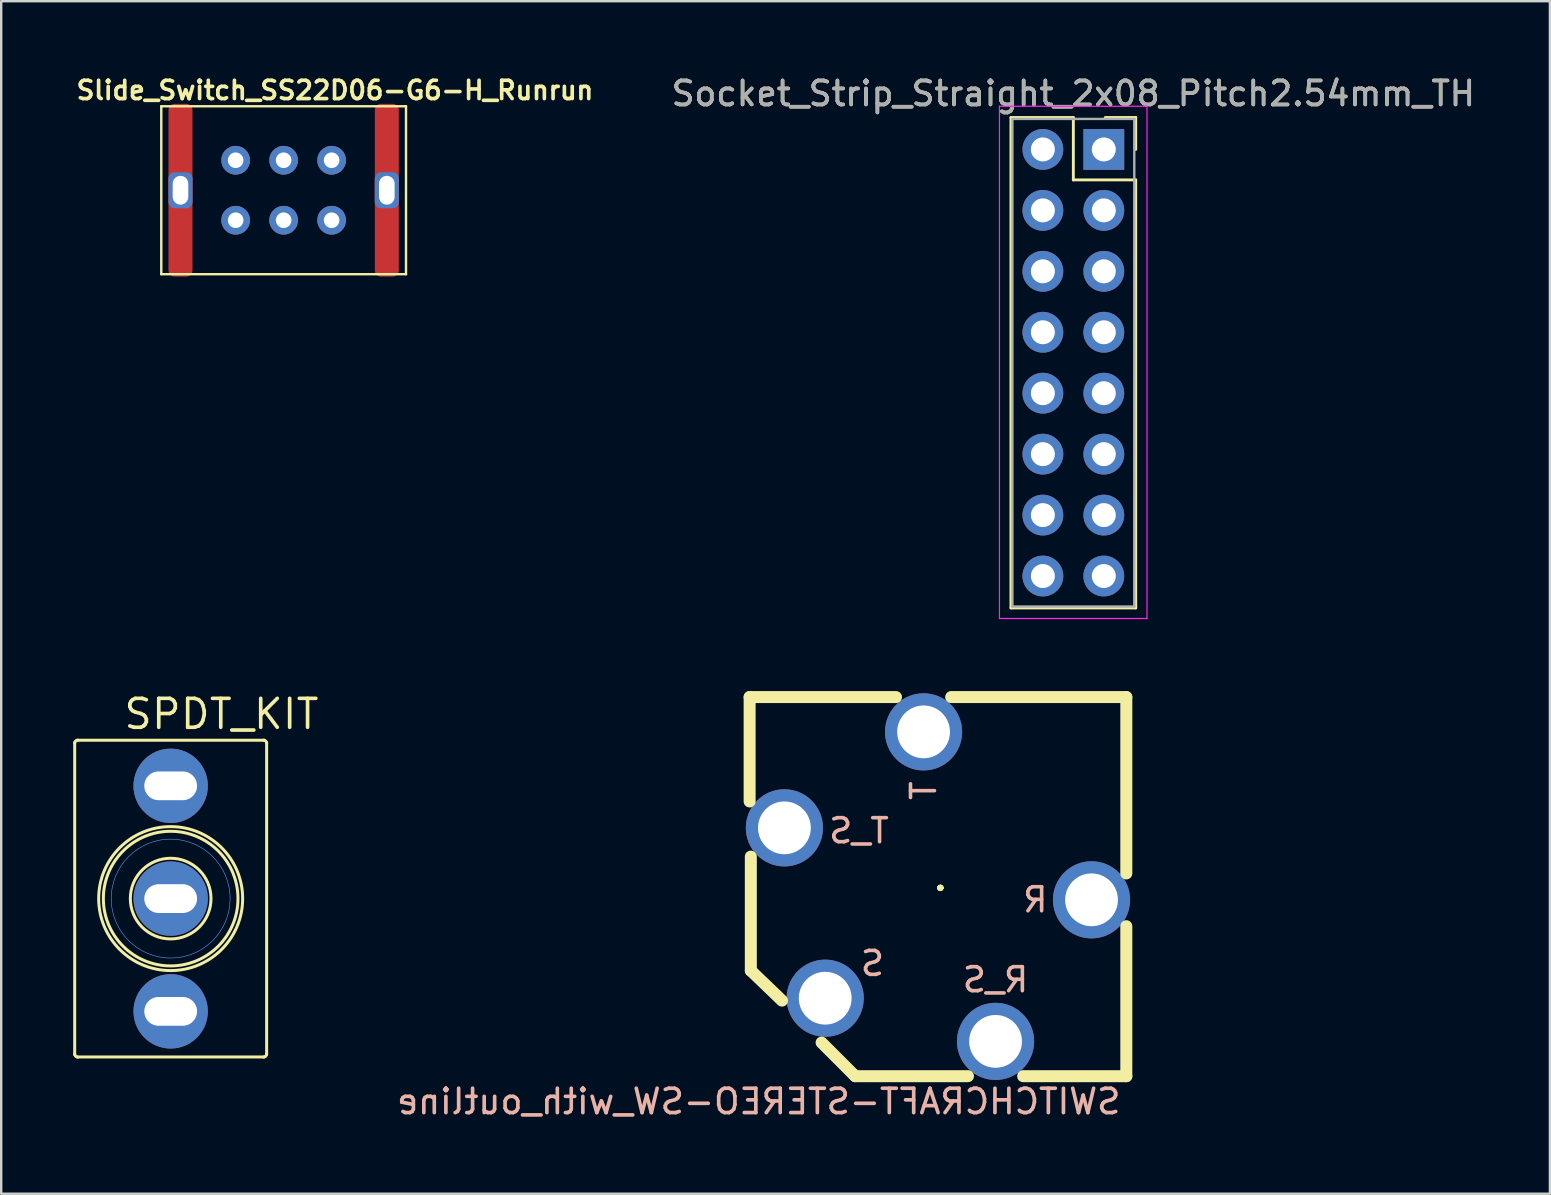
<source format=kicad_pcb>
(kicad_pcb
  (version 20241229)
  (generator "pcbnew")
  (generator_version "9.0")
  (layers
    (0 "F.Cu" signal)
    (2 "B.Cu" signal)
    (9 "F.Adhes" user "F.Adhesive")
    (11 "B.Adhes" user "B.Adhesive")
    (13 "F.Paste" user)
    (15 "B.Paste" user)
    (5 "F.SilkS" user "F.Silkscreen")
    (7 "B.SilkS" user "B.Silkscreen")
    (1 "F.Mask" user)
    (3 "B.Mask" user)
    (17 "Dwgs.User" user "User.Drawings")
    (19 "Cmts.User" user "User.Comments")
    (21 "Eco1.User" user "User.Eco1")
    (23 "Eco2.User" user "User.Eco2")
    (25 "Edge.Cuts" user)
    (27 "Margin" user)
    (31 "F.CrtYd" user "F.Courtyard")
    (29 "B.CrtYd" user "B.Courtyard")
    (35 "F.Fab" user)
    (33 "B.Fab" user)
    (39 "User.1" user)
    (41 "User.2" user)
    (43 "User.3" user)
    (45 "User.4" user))
  (footprint "Socket_Strip_Straight_2x08_Pitch2.54mm_TH"
    (layer "F.Cu")
    (at 41.655 12.068)
    (property "Reference" "Socket_Strip_Straight_2x08_Pitch2.54mm_TH" (at 0.03 -11.22 0) (layer "F.SilkS") (effects (font (size 1 1) (thickness 0.15))))
    (attr through_hole)
    (fp_line (start -2.57 -10.22) (end 0.03 -10.22) (stroke (width 0.12) (type solid)) (layer "F.SilkS"))
    (fp_line (start -2.57 10.22) (end -2.57 -10.22) (stroke (width 0.12) (type solid)) (layer "F.SilkS"))
    (fp_line (start 0.03 -10.22) (end 0.03 -7.62) (stroke (width 0.12) (type solid)) (layer "F.SilkS"))
    (fp_line (start 0.03 -7.62) (end 2.63 -7.62) (stroke (width 0.12) (type solid)) (layer "F.SilkS"))
    (fp_line (start 2.63 -10.22) (end 1.36 -10.22) (stroke (width 0.12) (type solid)) (layer "F.SilkS"))
    (fp_line (start 2.63 -8.89) (end 2.63 -10.22) (stroke (width 0.12) (type solid)) (layer "F.SilkS"))
    (fp_line (start 2.63 -7.62) (end 2.63 10.22) (stroke (width 0.12) (type solid)) (layer "F.SilkS"))
    (fp_line (start 2.63 10.22) (end -2.57 10.22) (stroke (width 0.12) (type solid)) (layer "F.SilkS"))
    (fp_line (start -3.05 -10.69) (end -3.05 10.66) (stroke (width 0.05) (type solid)) (layer "F.CrtYd"))
    (fp_line (start -3.05 10.66) (end 3.1 10.66) (stroke (width 0.05) (type solid)) (layer "F.CrtYd"))
    (fp_line (start 3.1 -10.69) (end -3.05 -10.69) (stroke (width 0.05) (type solid)) (layer "F.CrtYd"))
    (fp_line (start 3.1 10.66) (end 3.1 -10.69) (stroke (width 0.05) (type solid)) (layer "F.CrtYd"))
    (fp_line (start -2.51 -10.16) (end -2.51 10.16) (stroke (width 0.1) (type solid)) (layer "F.Fab"))
    (fp_line (start -2.51 10.16) (end 2.57 10.16) (stroke (width 0.1) (type solid)) (layer "F.Fab"))
    (fp_line (start 2.57 -10.16) (end -2.51 -10.16) (stroke (width 0.1) (type solid)) (layer "F.Fab"))
    (fp_line (start 2.57 10.16) (end 2.57 -10.16) (stroke (width 0.1) (type solid)) (layer "F.Fab"))
    (fp_text user "${REFERENCE}" (at 0.03 -11.22 0) (layer "F.Fab") (effects (font (size 1 1) (thickness 0.15))))
    (pad "1" thru_hole rect (at 1.3 -8.89) (size 1.7 1.7) (drill 1) (layers "*.Cu" "*.Mask"))
    (pad "2" thru_hole oval (at -1.24 -8.89) (size 1.7 1.7) (drill 1) (layers "*.Cu" "*.Mask"))
    (pad "3" thru_hole oval (at 1.3 -6.35) (size 1.7 1.7) (drill 1) (layers "*.Cu" "*.Mask"))
    (pad "4" thru_hole oval (at -1.24 -6.35) (size 1.7 1.7) (drill 1) (layers "*.Cu" "*.Mask"))
    (pad "5" thru_hole oval (at 1.3 -3.81) (size 1.7 1.7) (drill 1) (layers "*.Cu" "*.Mask"))
    (pad "6" thru_hole oval (at -1.24 -3.81) (size 1.7 1.7) (drill 1) (layers "*.Cu" "*.Mask"))
    (pad "7" thru_hole oval (at 1.3 -1.27) (size 1.7 1.7) (drill 1) (layers "*.Cu" "*.Mask"))
    (pad "8" thru_hole oval (at -1.24 -1.27) (size 1.7 1.7) (drill 1) (layers "*.Cu" "*.Mask"))
    (pad "9" thru_hole oval (at 1.3 1.27) (size 1.7 1.7) (drill 1) (layers "*.Cu" "*.Mask"))
    (pad "10" thru_hole oval (at -1.24 1.27) (size 1.7 1.7) (drill 1) (layers "*.Cu" "*.Mask"))
    (pad "11" thru_hole oval (at 1.3 3.81) (size 1.7 1.7) (drill 1) (layers "*.Cu" "*.Mask"))
    (pad "12" thru_hole oval (at -1.24 3.81) (size 1.7 1.7) (drill 1) (layers "*.Cu" "*.Mask"))
    (pad "13" thru_hole oval (at 1.3 6.35) (size 1.7 1.7) (drill 1) (layers "*.Cu" "*.Mask"))
    (pad "14" thru_hole oval (at -1.24 6.35) (size 1.7 1.7) (drill 1) (layers "*.Cu" "*.Mask"))
    (pad "15" thru_hole oval (at 1.3 8.89) (size 1.7 1.7) (drill 1) (layers "*.Cu" "*.Mask"))
    (pad "16" thru_hole oval (at -1.24 8.89) (size 1.7 1.7) (drill 1) (layers "*.Cu" "*.Mask")))
  (footprint "SPDT_KIT"
    (layer "F.Cu")
    (at 4.063 34.402)
    (property "Reference" "SPDT_KIT" (at -2.032 -6.985 0) (layer "F.SilkS") (effects (font (size 1.206 1.206) (thickness 0.152)) (justify left bottom)))
    (attr through_hole)
    (fp_line (start -4 6.5) (end -4 -6.5) (stroke (width 0.125) (type solid)) (layer "F.SilkS"))
    (fp_line (start -3.9 -6.6) (end 3.9 -6.6) (stroke (width 0.125) (type solid)) (layer "F.SilkS"))
    (fp_line (start 3.9 6.6) (end -3.9 6.6) (stroke (width 0.125) (type solid)) (layer "F.SilkS"))
    (fp_line (start 4 -6.5) (end 4 6.5) (stroke (width 0.125) (type solid)) (layer "F.SilkS"))
    (fp_arc (start -4.0005 -6.477) (mid -3.963303 -6.566803) (end -3.8735 -6.604) (stroke (width 0.125) (type solid)) (layer "F.SilkS"))
    (fp_arc (start -3.8735 6.604) (mid -3.963303 6.566803) (end -4.0005 6.477) (stroke (width 0.125) (type solid)) (layer "F.SilkS"))
    (fp_arc (start 3.8735 -6.604) (mid 3.963303 -6.566803) (end 4.0005 -6.477) (stroke (width 0.125) (type solid)) (layer "F.SilkS"))
    (fp_arc (start 4.0005 6.477) (mid 3.963303 6.566803) (end 3.8735 6.604) (stroke (width 0.125) (type solid)) (layer "F.SilkS"))
    (fp_circle (center 0 0) (end 0.254 -2.794) (stroke (width 0.125) (type solid)) (fill no) (layer "F.SilkS"))
    (fp_circle (center 0 0) (end 0.318 -1.651) (stroke (width 0.125) (type solid)) (fill no) (layer "F.SilkS"))
    (fp_circle (center 0 0) (end 3 0) (stroke (width 0.125) (type solid)) (fill no) (layer "F.SilkS"))
    (fp_circle (center 0 0) (end 2.477 0) (stroke (width 0.025) (type solid)) (fill no) (layer "Cmts.User"))
    (pad "1" thru_hole circle (at 0 -4.7) (size 3.1 3.1) (drill oval 2.2 1.2) (layers "*.Cu" "*.Mask"))
    (pad "2" thru_hole circle (at 0 0) (size 3.1 3.1) (drill oval 2.2 1.2) (layers "*.Cu" "*.Mask"))
    (pad "3" thru_hole circle (at 0 4.7) (size 3.1 3.1) (drill oval 2.2 1.2) (layers "*.Cu" "*.Mask")))
  (footprint "Slide_Switch_SS22D06-G6-H_Runrun"
    (layer "F.Cu")
    (at 8.772 4.879)
    (property "Reference" "Slide_Switch_SS22D06-G6-H_Runrun" (at 2.139 -4.166 0) (layer "F.SilkS") (effects (font (size 0.762 0.762) (thickness 0.152))))
    (attr through_hole)
    (fp_line (start -5.1 -3.5) (end -5.1 3.5) (stroke (width 0.1) (type solid)) (layer "F.SilkS"))
    (fp_line (start -5.1 -3.5) (end 5.1 -3.5) (stroke (width 0.1) (type solid)) (layer "F.SilkS"))
    (fp_line (start 5.1 3.5) (end -5.1 3.5) (stroke (width 0.1) (type solid)) (layer "F.SilkS"))
    (fp_line (start 5.1 3.5) (end 5.1 -3.5) (stroke (width 0.1) (type solid)) (layer "F.SilkS"))
    (pad "" thru_hole roundrect (at -4.3 0 90) (size 1.5 1) (drill oval 1.2 0.65) (layers "*.Cu" "*.Mask") (roundrect_rratio 0.25))
    (pad "" connect roundrect (at -4.3 0 90) (size 7.2 1) (layers "F.Cu" "F.Mask") (roundrect_rratio 0.25))
    (pad "" thru_hole roundrect (at 4.3 0 90) (size 1.5 1) (drill oval 1.2 0.65) (layers "*.Cu" "*.Mask") (roundrect_rratio 0.25))
    (pad "" connect roundrect (at 4.3 0 90) (size 7.2 1) (layers "F.Cu" "F.Mask") (roundrect_rratio 0.25))
    (pad "1" thru_hole circle (at -2 1.25) (size 1.2 1.2) (drill 0.65) (layers "*.Cu" "*.Mask"))
    (pad "2" thru_hole circle (at 0 1.25) (size 1.2 1.2) (drill 0.65) (layers "*.Cu" "*.Mask"))
    (pad "3" thru_hole circle (at 2 1.25) (size 1.2 1.2) (drill 0.65) (layers "*.Cu" "*.Mask"))
    (pad "4" thru_hole circle (at -2 -1.25) (size 1.2 1.2) (drill 0.65) (layers "*.Cu" "*.Mask"))
    (pad "5" thru_hole circle (at 0 -1.25) (size 1.2 1.2) (drill 0.65) (layers "*.Cu" "*.Mask"))
    (pad "6" thru_hole circle (at 2 -1.25) (size 1.2 1.2) (drill 0.65) (layers "*.Cu" "*.Mask")))
  (footprint "SWITCHCRAFT-STEREO-SW_with_outline"
    (layer "F.Cu")
    (at 36.143 33.953)
    (property "Reference" "SWITCHCRAFT-STEREO-SW_with_outline" (at 7.6 9.5 0) (layer "B.SilkS") (effects (font (size 1.016 1.016) (thickness 0.152)) (justify left bottom mirror)))
    (attr through_hole)
    (fp_line (start -7.95 -7.95) (end -1.85 -7.95) (stroke (width 0.5) (type solid)) (layer "F.SilkS"))
    (fp_line (start -7.95 -3.6) (end -7.95 -7.95) (stroke (width 0.5) (type solid)) (layer "F.SilkS"))
    (fp_line (start -7.9 3.45) (end -7.9 -1.3) (stroke (width 0.5) (type solid)) (layer "F.SilkS"))
    (fp_line (start -6.6 4.7) (end -7.9 3.45) (stroke (width 0.5) (type solid)) (layer "F.SilkS"))
    (fp_line (start -3.55 7.85) (end -4.95 6.45) (stroke (width 0.5) (type solid)) (layer "F.SilkS"))
    (fp_line (start 0 0) (end 0 0) (stroke (width 0.127) (type solid)) (layer "F.SilkS"))
    (fp_line (start 0 0) (end 0 0) (stroke (width 0.127) (type solid)) (layer "F.SilkS"))
    (fp_line (start 0 0) (end 0 0) (stroke (width 0.127) (type solid)) (layer "F.SilkS"))
    (fp_line (start 0 0) (end 0 0) (stroke (width 0.127) (type solid)) (layer "F.SilkS"))
    (fp_line (start 0 0) (end 0 0) (stroke (width 0.127) (type solid)) (layer "F.SilkS"))
    (fp_line (start 0 0) (end 0 0) (stroke (width 0.127) (type solid)) (layer "F.SilkS"))
    (fp_line (start 0 0) (end 0 0) (stroke (width 0.127) (type solid)) (layer "F.SilkS"))
    (fp_line (start 0 0) (end 0 0) (stroke (width 0.127) (type solid)) (layer "F.SilkS"))
    (fp_line (start 0 0) (end 0 0) (stroke (width 0.127) (type solid)) (layer "F.SilkS"))
    (fp_line (start 0 0) (end 0 0) (stroke (width 0.127) (type solid)) (layer "F.SilkS"))
    (fp_line (start 0 0) (end 0 0) (stroke (width 0.127) (type solid)) (layer "F.SilkS"))
    (fp_line (start 0 0) (end 0 0) (stroke (width 0.127) (type solid)) (layer "F.SilkS"))
    (fp_line (start 0.45 -7.95) (end 7.75 -7.95) (stroke (width 0.5) (type solid)) (layer "F.SilkS"))
    (fp_line (start 1.15 7.85) (end -3.55 7.85) (stroke (width 0.5) (type solid)) (layer "F.SilkS"))
    (fp_line (start 7.75 -7.95) (end 7.75 -0.6) (stroke (width 0.5) (type solid)) (layer "F.SilkS"))
    (fp_line (start 7.75 1.6) (end 7.75 7.85) (stroke (width 0.5) (type solid)) (layer "F.SilkS"))
    (fp_line (start 7.75 7.85) (end 3.45 7.85) (stroke (width 0.5) (type solid)) (layer "F.SilkS"))
    (fp_arc (start 0 0) (mid 0 0) (end 0 0) (stroke (width 0.127) (type solid)) (layer "F.SilkS"))
    (fp_arc (start 0 0) (mid 0 0) (end 0 0) (stroke (width 0.127) (type solid)) (layer "F.SilkS"))
    (fp_arc (start 0 0) (mid 0 0) (end 0 0) (stroke (width 0.127) (type solid)) (layer "F.SilkS"))
    (fp_arc (start 0 0) (mid 0 0) (end 0 0) (stroke (width 0.127) (type solid)) (layer "F.SilkS"))
    (fp_arc (start 0 0) (mid 0 0) (end 0 0) (stroke (width 0.127) (type solid)) (layer "F.SilkS"))
    (fp_circle (center 0 0) (end 0 0) (stroke (width 0.127) (type solid)) (fill no) (layer "F.SilkS"))
    (fp_circle (center 0 0) (end 0 0) (stroke (width 0.127) (type solid)) (fill no) (layer "F.SilkS"))
    (fp_text user "R" (at 3.958 0.5 0) (layer "B.SilkS") (effects (font (size 1 1) (thickness 0.15)) (justify mirror)))
    (fp_text user "T_S" (at -3.392 -2.378 0) (layer "B.SilkS") (effects (font (size 1 1) (thickness 0.15)) (justify mirror)))
    (fp_text user "T" (at -0.7 -4.05 90) (layer "B.SilkS") (effects (font (size 1 1) (thickness 0.15)) (justify mirror)))
    (fp_text user "S" (at -2.832 3.152 0) (layer "B.SilkS") (effects (font (size 1 1) (thickness 0.15)) (justify mirror)))
    (fp_text user "R_S" (at 2.298 3.832 0) (layer "B.SilkS") (effects (font (size 1 1) (thickness 0.15)) (justify mirror)))
    (pad "1" thru_hole circle (at -4.8 4.6 270) (size 3.216 3.216) (drill 2.2) (layers "*.Cu" "*.Mask"))
    (pad "2" thru_hole circle (at -0.7 -6.5 270) (size 3.216 3.216) (drill 2.2) (layers "*.Cu" "*.Mask"))
    (pad "3" thru_hole circle (at 6.3 0.5 270) (size 3.216 3.216) (drill 2.2) (layers "*.Cu" "*.Mask"))
    (pad "R3" thru_hole circle (at 2.3 6.4 270) (size 3.216 3.216) (drill 2.2) (layers "*.Cu" "*.Mask"))
    (pad "T2" thru_hole circle (at -6.5 -2.5 270) (size 3.216 3.216) (drill 2.2) (layers "*.Cu" "*.Mask")))
  (gr_rect
    (start -3 -3)
    (end 61.548 46.704)
    (stroke (width 0.1) (type default))
    (fill no)
    (layer "Edge.Cuts")))
</source>
